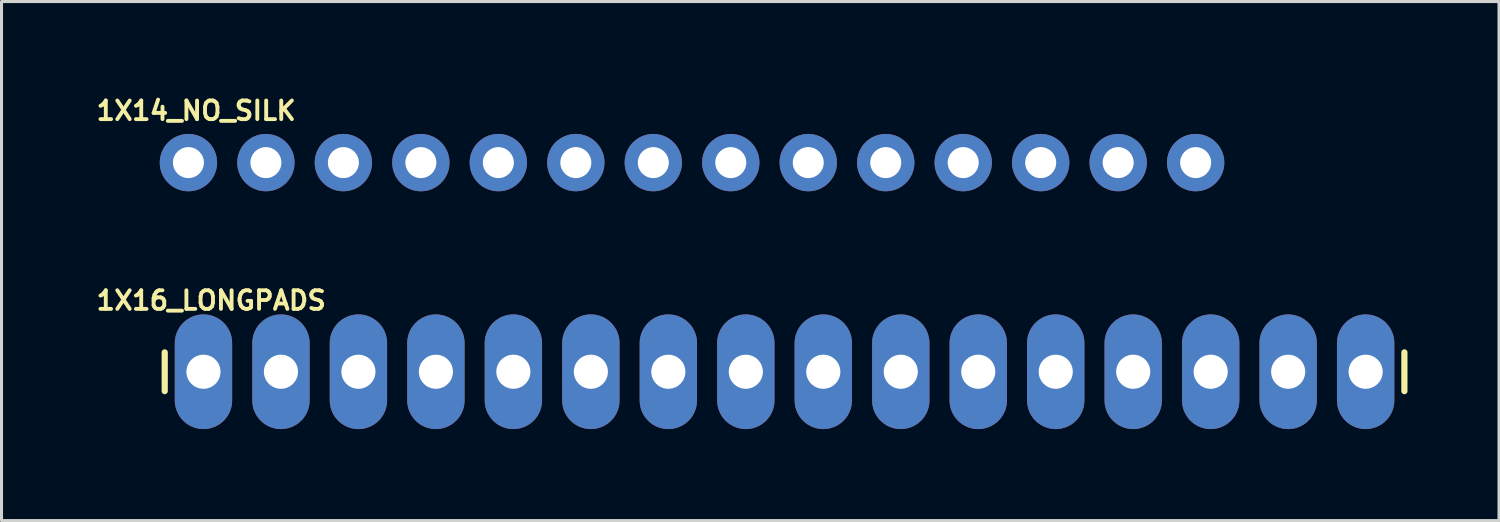
<source format=kicad_pcb>
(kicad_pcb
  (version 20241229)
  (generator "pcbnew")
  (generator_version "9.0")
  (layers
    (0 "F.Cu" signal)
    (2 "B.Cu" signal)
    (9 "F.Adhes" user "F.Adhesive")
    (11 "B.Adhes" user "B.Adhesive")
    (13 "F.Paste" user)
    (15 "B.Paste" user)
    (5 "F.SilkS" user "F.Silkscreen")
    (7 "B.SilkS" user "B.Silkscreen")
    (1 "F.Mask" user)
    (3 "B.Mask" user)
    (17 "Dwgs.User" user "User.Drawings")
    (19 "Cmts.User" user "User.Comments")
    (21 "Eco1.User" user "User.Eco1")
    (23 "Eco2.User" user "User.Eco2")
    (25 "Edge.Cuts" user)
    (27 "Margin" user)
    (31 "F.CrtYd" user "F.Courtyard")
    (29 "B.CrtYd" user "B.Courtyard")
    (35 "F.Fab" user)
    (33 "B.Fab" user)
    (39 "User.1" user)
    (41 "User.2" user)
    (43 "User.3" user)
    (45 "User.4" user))
  (footprint "1X14_NO_SILK"
    (layer "F.Cu")
    (at 3.127 2.281)
    (property "Reference" "1X14_NO_SILK" (at 0.254 -1.702 0) (layer "F.SilkS") (effects (font (size 0.61 0.61) (thickness 0.127))))
    (attr exclude_from_pos_files exclude_from_bom)
    (fp_line (start -0.254 -0.254) (end 0.254 -0.254) (stroke (width 0.066) (type solid)) (layer "Dwgs.User"))
    (fp_line (start -0.254 0.254) (end -0.254 -0.254) (stroke (width 0.066) (type solid)) (layer "Dwgs.User"))
    (fp_line (start -0.254 0.254) (end 0.254 0.254) (stroke (width 0.066) (type solid)) (layer "Dwgs.User"))
    (fp_line (start 0.254 0.254) (end 0.254 -0.254) (stroke (width 0.066) (type solid)) (layer "Dwgs.User"))
    (fp_line (start 2.286 -0.254) (end 2.794 -0.254) (stroke (width 0.066) (type solid)) (layer "Dwgs.User"))
    (fp_line (start 2.286 0.254) (end 2.286 -0.254) (stroke (width 0.066) (type solid)) (layer "Dwgs.User"))
    (fp_line (start 2.286 0.254) (end 2.794 0.254) (stroke (width 0.066) (type solid)) (layer "Dwgs.User"))
    (fp_line (start 2.794 0.254) (end 2.794 -0.254) (stroke (width 0.066) (type solid)) (layer "Dwgs.User"))
    (fp_line (start 4.826 -0.254) (end 5.334 -0.254) (stroke (width 0.066) (type solid)) (layer "Dwgs.User"))
    (fp_line (start 4.826 0.254) (end 4.826 -0.254) (stroke (width 0.066) (type solid)) (layer "Dwgs.User"))
    (fp_line (start 4.826 0.254) (end 5.334 0.254) (stroke (width 0.066) (type solid)) (layer "Dwgs.User"))
    (fp_line (start 5.334 0.254) (end 5.334 -0.254) (stroke (width 0.066) (type solid)) (layer "Dwgs.User"))
    (fp_line (start 7.366 -0.254) (end 7.874 -0.254) (stroke (width 0.066) (type solid)) (layer "Dwgs.User"))
    (fp_line (start 7.366 0.254) (end 7.366 -0.254) (stroke (width 0.066) (type solid)) (layer "Dwgs.User"))
    (fp_line (start 7.366 0.254) (end 7.874 0.254) (stroke (width 0.066) (type solid)) (layer "Dwgs.User"))
    (fp_line (start 7.874 0.254) (end 7.874 -0.254) (stroke (width 0.066) (type solid)) (layer "Dwgs.User"))
    (fp_line (start 9.906 -0.254) (end 10.414 -0.254) (stroke (width 0.066) (type solid)) (layer "Dwgs.User"))
    (fp_line (start 9.906 0.254) (end 9.906 -0.254) (stroke (width 0.066) (type solid)) (layer "Dwgs.User"))
    (fp_line (start 9.906 0.254) (end 10.414 0.254) (stroke (width 0.066) (type solid)) (layer "Dwgs.User"))
    (fp_line (start 10.414 0.254) (end 10.414 -0.254) (stroke (width 0.066) (type solid)) (layer "Dwgs.User"))
    (fp_line (start 12.446 -0.254) (end 12.954 -0.254) (stroke (width 0.066) (type solid)) (layer "Dwgs.User"))
    (fp_line (start 12.446 0.254) (end 12.446 -0.254) (stroke (width 0.066) (type solid)) (layer "Dwgs.User"))
    (fp_line (start 12.446 0.254) (end 12.954 0.254) (stroke (width 0.066) (type solid)) (layer "Dwgs.User"))
    (fp_line (start 12.954 0.254) (end 12.954 -0.254) (stroke (width 0.066) (type solid)) (layer "Dwgs.User"))
    (fp_line (start 14.986 -0.254) (end 15.494 -0.254) (stroke (width 0.066) (type solid)) (layer "Dwgs.User"))
    (fp_line (start 14.986 0.254) (end 14.986 -0.254) (stroke (width 0.066) (type solid)) (layer "Dwgs.User"))
    (fp_line (start 14.986 0.254) (end 15.494 0.254) (stroke (width 0.066) (type solid)) (layer "Dwgs.User"))
    (fp_line (start 15.494 0.254) (end 15.494 -0.254) (stroke (width 0.066) (type solid)) (layer "Dwgs.User"))
    (fp_line (start 17.523 -0.254) (end 18.034 -0.254) (stroke (width 0.066) (type solid)) (layer "Dwgs.User"))
    (fp_line (start 17.523 0.254) (end 17.523 -0.254) (stroke (width 0.066) (type solid)) (layer "Dwgs.User"))
    (fp_line (start 17.523 0.254) (end 18.034 0.254) (stroke (width 0.066) (type solid)) (layer "Dwgs.User"))
    (fp_line (start 18.034 0.254) (end 18.034 -0.254) (stroke (width 0.066) (type solid)) (layer "Dwgs.User"))
    (fp_line (start 20.066 -0.254) (end 20.574 -0.254) (stroke (width 0.066) (type solid)) (layer "Dwgs.User"))
    (fp_line (start 20.066 0.254) (end 20.066 -0.254) (stroke (width 0.066) (type solid)) (layer "Dwgs.User"))
    (fp_line (start 20.066 0.254) (end 20.574 0.254) (stroke (width 0.066) (type solid)) (layer "Dwgs.User"))
    (fp_line (start 20.574 0.254) (end 20.574 -0.254) (stroke (width 0.066) (type solid)) (layer "Dwgs.User"))
    (fp_line (start 22.606 -0.254) (end 23.114 -0.254) (stroke (width 0.066) (type solid)) (layer "Dwgs.User"))
    (fp_line (start 22.606 0.254) (end 22.606 -0.254) (stroke (width 0.066) (type solid)) (layer "Dwgs.User"))
    (fp_line (start 22.606 0.254) (end 23.114 0.254) (stroke (width 0.066) (type solid)) (layer "Dwgs.User"))
    (fp_line (start 23.114 0.254) (end 23.114 -0.254) (stroke (width 0.066) (type solid)) (layer "Dwgs.User"))
    (fp_line (start 25.146 -0.254) (end 25.654 -0.254) (stroke (width 0.066) (type solid)) (layer "Dwgs.User"))
    (fp_line (start 25.146 0.254) (end 25.146 -0.254) (stroke (width 0.066) (type solid)) (layer "Dwgs.User"))
    (fp_line (start 25.146 0.254) (end 25.654 0.254) (stroke (width 0.066) (type solid)) (layer "Dwgs.User"))
    (fp_line (start 25.654 0.254) (end 25.654 -0.254) (stroke (width 0.066) (type solid)) (layer "Dwgs.User"))
    (fp_line (start 27.686 -0.254) (end 28.194 -0.254) (stroke (width 0.066) (type solid)) (layer "Dwgs.User"))
    (fp_line (start 27.686 0.254) (end 27.686 -0.254) (stroke (width 0.066) (type solid)) (layer "Dwgs.User"))
    (fp_line (start 27.686 0.254) (end 28.194 0.254) (stroke (width 0.066) (type solid)) (layer "Dwgs.User"))
    (fp_line (start 28.194 0.254) (end 28.194 -0.254) (stroke (width 0.066) (type solid)) (layer "Dwgs.User"))
    (fp_line (start 30.226 -0.254) (end 30.734 -0.254) (stroke (width 0.066) (type solid)) (layer "Dwgs.User"))
    (fp_line (start 30.226 0.254) (end 30.226 -0.254) (stroke (width 0.066) (type solid)) (layer "Dwgs.User"))
    (fp_line (start 30.226 0.254) (end 30.734 0.254) (stroke (width 0.066) (type solid)) (layer "Dwgs.User"))
    (fp_line (start 30.734 0.254) (end 30.734 -0.254) (stroke (width 0.066) (type solid)) (layer "Dwgs.User"))
    (fp_line (start 32.766 -0.254) (end 33.274 -0.254) (stroke (width 0.066) (type solid)) (layer "Dwgs.User"))
    (fp_line (start 32.766 0.254) (end 32.766 -0.254) (stroke (width 0.066) (type solid)) (layer "Dwgs.User"))
    (fp_line (start 32.766 0.254) (end 33.274 0.254) (stroke (width 0.066) (type solid)) (layer "Dwgs.User"))
    (fp_line (start 33.274 0.254) (end 33.274 -0.254) (stroke (width 0.066) (type solid)) (layer "Dwgs.User"))
    (pad "1" thru_hole circle (at 0 0) (size 1.88 1.88) (drill 1.016) (layers "*.Cu" "*.Paste" "*.Mask"))
    (pad "2" thru_hole circle (at 2.54 0) (size 1.88 1.88) (drill 1.016) (layers "*.Cu" "*.Paste" "*.Mask"))
    (pad "3" thru_hole circle (at 5.08 0) (size 1.88 1.88) (drill 1.016) (layers "*.Cu" "*.Paste" "*.Mask"))
    (pad "4" thru_hole circle (at 7.62 0) (size 1.88 1.88) (drill 1.016) (layers "*.Cu" "*.Paste" "*.Mask"))
    (pad "5" thru_hole circle (at 10.16 0) (size 1.88 1.88) (drill 1.016) (layers "*.Cu" "*.Paste" "*.Mask"))
    (pad "6" thru_hole circle (at 12.7 0) (size 1.88 1.88) (drill 1.016) (layers "*.Cu" "*.Paste" "*.Mask"))
    (pad "7" thru_hole circle (at 15.24 0) (size 1.88 1.88) (drill 1.016) (layers "*.Cu" "*.Paste" "*.Mask"))
    (pad "8" thru_hole circle (at 17.78 0) (size 1.88 1.88) (drill 1.016) (layers "*.Cu" "*.Paste" "*.Mask"))
    (pad "9" thru_hole circle (at 20.32 0) (size 1.88 1.88) (drill 1.016) (layers "*.Cu" "*.Paste" "*.Mask"))
    (pad "10" thru_hole circle (at 22.86 0) (size 1.88 1.88) (drill 1.016) (layers "*.Cu" "*.Paste" "*.Mask"))
    (pad "11" thru_hole circle (at 25.4 0) (size 1.88 1.88) (drill 1.016) (layers "*.Cu" "*.Paste" "*.Mask"))
    (pad "12" thru_hole circle (at 27.94 0) (size 1.88 1.88) (drill 1.016) (layers "*.Cu" "*.Paste" "*.Mask"))
    (pad "13" thru_hole circle (at 30.48 0) (size 1.88 1.88) (drill 1.016) (layers "*.Cu" "*.Paste" "*.Mask"))
    (pad "14" thru_hole circle (at 33.02 0) (size 1.88 1.88) (drill 1.016) (layers "*.Cu" "*.Paste" "*.Mask")))
  (footprint "1X16_LONGPADS"
    (layer "F.Cu")
    (at 3.62 9.137)
    (property "Reference" "1X16_LONGPADS" (at 0.254 -2.337 0) (layer "F.SilkS") (effects (font (size 0.61 0.61) (thickness 0.127))))
    (attr exclude_from_pos_files exclude_from_bom)
    (fp_line (start -1.27 -0.635) (end -1.27 0.635) (stroke (width 0.203) (type solid)) (layer "F.SilkS"))
    (fp_line (start 39.37 -0.635) (end 39.37 0.635) (stroke (width 0.203) (type solid)) (layer "F.SilkS"))
    (fp_line (start -0.254 -0.254) (end 0.254 -0.254) (stroke (width 0.066) (type solid)) (layer "Dwgs.User"))
    (fp_line (start -0.254 0.254) (end -0.254 -0.254) (stroke (width 0.066) (type solid)) (layer "Dwgs.User"))
    (fp_line (start -0.254 0.254) (end 0.254 0.254) (stroke (width 0.066) (type solid)) (layer "Dwgs.User"))
    (fp_line (start 0.254 0.254) (end 0.254 -0.254) (stroke (width 0.066) (type solid)) (layer "Dwgs.User"))
    (fp_line (start 2.286 -0.254) (end 2.794 -0.254) (stroke (width 0.066) (type solid)) (layer "Dwgs.User"))
    (fp_line (start 2.286 0.254) (end 2.286 -0.254) (stroke (width 0.066) (type solid)) (layer "Dwgs.User"))
    (fp_line (start 2.286 0.254) (end 2.794 0.254) (stroke (width 0.066) (type solid)) (layer "Dwgs.User"))
    (fp_line (start 2.794 0.254) (end 2.794 -0.254) (stroke (width 0.066) (type solid)) (layer "Dwgs.User"))
    (fp_line (start 4.826 -0.254) (end 5.334 -0.254) (stroke (width 0.066) (type solid)) (layer "Dwgs.User"))
    (fp_line (start 4.826 0.254) (end 4.826 -0.254) (stroke (width 0.066) (type solid)) (layer "Dwgs.User"))
    (fp_line (start 4.826 0.254) (end 5.334 0.254) (stroke (width 0.066) (type solid)) (layer "Dwgs.User"))
    (fp_line (start 5.334 0.254) (end 5.334 -0.254) (stroke (width 0.066) (type solid)) (layer "Dwgs.User"))
    (fp_line (start 7.366 -0.254) (end 7.874 -0.254) (stroke (width 0.066) (type solid)) (layer "Dwgs.User"))
    (fp_line (start 7.366 0.254) (end 7.366 -0.254) (stroke (width 0.066) (type solid)) (layer "Dwgs.User"))
    (fp_line (start 7.366 0.254) (end 7.874 0.254) (stroke (width 0.066) (type solid)) (layer "Dwgs.User"))
    (fp_line (start 7.874 0.254) (end 7.874 -0.254) (stroke (width 0.066) (type solid)) (layer "Dwgs.User"))
    (fp_line (start 9.906 -0.254) (end 10.414 -0.254) (stroke (width 0.066) (type solid)) (layer "Dwgs.User"))
    (fp_line (start 9.906 0.254) (end 9.906 -0.254) (stroke (width 0.066) (type solid)) (layer "Dwgs.User"))
    (fp_line (start 9.906 0.254) (end 10.414 0.254) (stroke (width 0.066) (type solid)) (layer "Dwgs.User"))
    (fp_line (start 10.414 0.254) (end 10.414 -0.254) (stroke (width 0.066) (type solid)) (layer "Dwgs.User"))
    (fp_line (start 12.446 -0.254) (end 12.954 -0.254) (stroke (width 0.066) (type solid)) (layer "Dwgs.User"))
    (fp_line (start 12.446 0.254) (end 12.446 -0.254) (stroke (width 0.066) (type solid)) (layer "Dwgs.User"))
    (fp_line (start 12.446 0.254) (end 12.954 0.254) (stroke (width 0.066) (type solid)) (layer "Dwgs.User"))
    (fp_line (start 12.954 0.254) (end 12.954 -0.254) (stroke (width 0.066) (type solid)) (layer "Dwgs.User"))
    (fp_line (start 14.986 -0.254) (end 15.494 -0.254) (stroke (width 0.066) (type solid)) (layer "Dwgs.User"))
    (fp_line (start 14.986 0.254) (end 14.986 -0.254) (stroke (width 0.066) (type solid)) (layer "Dwgs.User"))
    (fp_line (start 14.986 0.254) (end 15.494 0.254) (stroke (width 0.066) (type solid)) (layer "Dwgs.User"))
    (fp_line (start 15.494 0.254) (end 15.494 -0.254) (stroke (width 0.066) (type solid)) (layer "Dwgs.User"))
    (fp_line (start 17.523 -0.254) (end 18.034 -0.254) (stroke (width 0.066) (type solid)) (layer "Dwgs.User"))
    (fp_line (start 17.523 0.254) (end 17.523 -0.254) (stroke (width 0.066) (type solid)) (layer "Dwgs.User"))
    (fp_line (start 17.523 0.254) (end 18.034 0.254) (stroke (width 0.066) (type solid)) (layer "Dwgs.User"))
    (fp_line (start 18.034 0.254) (end 18.034 -0.254) (stroke (width 0.066) (type solid)) (layer "Dwgs.User"))
    (fp_line (start 20.066 -0.254) (end 20.574 -0.254) (stroke (width 0.066) (type solid)) (layer "Dwgs.User"))
    (fp_line (start 20.066 0.254) (end 20.066 -0.254) (stroke (width 0.066) (type solid)) (layer "Dwgs.User"))
    (fp_line (start 20.066 0.254) (end 20.574 0.254) (stroke (width 0.066) (type solid)) (layer "Dwgs.User"))
    (fp_line (start 20.574 0.254) (end 20.574 -0.254) (stroke (width 0.066) (type solid)) (layer "Dwgs.User"))
    (fp_line (start 22.606 -0.254) (end 23.114 -0.254) (stroke (width 0.066) (type solid)) (layer "Dwgs.User"))
    (fp_line (start 22.606 0.254) (end 22.606 -0.254) (stroke (width 0.066) (type solid)) (layer "Dwgs.User"))
    (fp_line (start 22.606 0.254) (end 23.114 0.254) (stroke (width 0.066) (type solid)) (layer "Dwgs.User"))
    (fp_line (start 23.114 0.254) (end 23.114 -0.254) (stroke (width 0.066) (type solid)) (layer "Dwgs.User"))
    (fp_line (start 25.146 -0.254) (end 25.654 -0.254) (stroke (width 0.066) (type solid)) (layer "Dwgs.User"))
    (fp_line (start 25.146 0.254) (end 25.146 -0.254) (stroke (width 0.066) (type solid)) (layer "Dwgs.User"))
    (fp_line (start 25.146 0.254) (end 25.654 0.254) (stroke (width 0.066) (type solid)) (layer "Dwgs.User"))
    (fp_line (start 25.654 0.254) (end 25.654 -0.254) (stroke (width 0.066) (type solid)) (layer "Dwgs.User"))
    (fp_line (start 27.686 -0.254) (end 28.194 -0.254) (stroke (width 0.066) (type solid)) (layer "Dwgs.User"))
    (fp_line (start 27.686 0.254) (end 27.686 -0.254) (stroke (width 0.066) (type solid)) (layer "Dwgs.User"))
    (fp_line (start 27.686 0.254) (end 28.194 0.254) (stroke (width 0.066) (type solid)) (layer "Dwgs.User"))
    (fp_line (start 28.194 0.254) (end 28.194 -0.254) (stroke (width 0.066) (type solid)) (layer "Dwgs.User"))
    (fp_line (start 30.226 -0.254) (end 30.734 -0.254) (stroke (width 0.066) (type solid)) (layer "Dwgs.User"))
    (fp_line (start 30.226 0.254) (end 30.226 -0.254) (stroke (width 0.066) (type solid)) (layer "Dwgs.User"))
    (fp_line (start 30.226 0.254) (end 30.734 0.254) (stroke (width 0.066) (type solid)) (layer "Dwgs.User"))
    (fp_line (start 30.734 0.254) (end 30.734 -0.254) (stroke (width 0.066) (type solid)) (layer "Dwgs.User"))
    (fp_line (start 32.766 -0.254) (end 33.274 -0.254) (stroke (width 0.066) (type solid)) (layer "Dwgs.User"))
    (fp_line (start 32.766 0.254) (end 32.766 -0.254) (stroke (width 0.066) (type solid)) (layer "Dwgs.User"))
    (fp_line (start 32.766 0.254) (end 33.274 0.254) (stroke (width 0.066) (type solid)) (layer "Dwgs.User"))
    (fp_line (start 33.274 0.254) (end 33.274 -0.254) (stroke (width 0.066) (type solid)) (layer "Dwgs.User"))
    (fp_line (start 35.303 -0.254) (end 35.814 -0.254) (stroke (width 0.066) (type solid)) (layer "Dwgs.User"))
    (fp_line (start 35.303 0.254) (end 35.303 -0.254) (stroke (width 0.066) (type solid)) (layer "Dwgs.User"))
    (fp_line (start 35.303 0.254) (end 35.814 0.254) (stroke (width 0.066) (type solid)) (layer "Dwgs.User"))
    (fp_line (start 35.814 0.254) (end 35.814 -0.254) (stroke (width 0.066) (type solid)) (layer "Dwgs.User"))
    (fp_line (start 37.846 -0.254) (end 38.354 -0.254) (stroke (width 0.066) (type solid)) (layer "Dwgs.User"))
    (fp_line (start 37.846 0.254) (end 37.846 -0.254) (stroke (width 0.066) (type solid)) (layer "Dwgs.User"))
    (fp_line (start 37.846 0.254) (end 38.354 0.254) (stroke (width 0.066) (type solid)) (layer "Dwgs.User"))
    (fp_line (start 38.354 0.254) (end 38.354 -0.254) (stroke (width 0.066) (type solid)) (layer "Dwgs.User"))
    (pad "1" thru_hole oval (at 0 0 180) (size 1.88 3.759) (drill 1.118) (layers "*.Cu" "*.Paste" "*.Mask"))
    (pad "2" thru_hole oval (at 2.54 0 180) (size 1.88 3.759) (drill 1.118) (layers "*.Cu" "*.Paste" "*.Mask"))
    (pad "3" thru_hole oval (at 5.08 0 180) (size 1.88 3.759) (drill 1.118) (layers "*.Cu" "*.Paste" "*.Mask"))
    (pad "4" thru_hole oval (at 7.62 0 180) (size 1.88 3.759) (drill 1.118) (layers "*.Cu" "*.Paste" "*.Mask"))
    (pad "5" thru_hole oval (at 10.16 0 180) (size 1.88 3.759) (drill 1.118) (layers "*.Cu" "*.Paste" "*.Mask"))
    (pad "6" thru_hole oval (at 12.7 0 180) (size 1.88 3.759) (drill 1.118) (layers "*.Cu" "*.Paste" "*.Mask"))
    (pad "7" thru_hole oval (at 15.24 0 180) (size 1.88 3.759) (drill 1.118) (layers "*.Cu" "*.Paste" "*.Mask"))
    (pad "8" thru_hole oval (at 17.78 0 180) (size 1.88 3.759) (drill 1.118) (layers "*.Cu" "*.Paste" "*.Mask"))
    (pad "9" thru_hole oval (at 20.32 0 180) (size 1.88 3.759) (drill 1.118) (layers "*.Cu" "*.Paste" "*.Mask"))
    (pad "10" thru_hole oval (at 22.86 0 180) (size 1.88 3.759) (drill 1.118) (layers "*.Cu" "*.Paste" "*.Mask"))
    (pad "11" thru_hole oval (at 25.4 0 180) (size 1.88 3.759) (drill 1.118) (layers "*.Cu" "*.Paste" "*.Mask"))
    (pad "12" thru_hole oval (at 27.94 0 180) (size 1.88 3.759) (drill 1.118) (layers "*.Cu" "*.Paste" "*.Mask"))
    (pad "13" thru_hole oval (at 30.48 0 180) (size 1.88 3.759) (drill 1.118) (layers "*.Cu" "*.Paste" "*.Mask"))
    (pad "14" thru_hole oval (at 33.02 0 180) (size 1.88 3.759) (drill 1.118) (layers "*.Cu" "*.Paste" "*.Mask"))
    (pad "15" thru_hole oval (at 35.56 0 180) (size 1.88 3.759) (drill 1.118) (layers "*.Cu" "*.Paste" "*.Mask"))
    (pad "16" thru_hole oval (at 38.1 0 180) (size 1.88 3.759) (drill 1.118) (layers "*.Cu" "*.Paste" "*.Mask")))
  (gr_rect
    (start -3 -3)
    (end 46.092 14.017)
    (stroke (width 0.1) (type default))
    (fill no)
    (layer "Edge.Cuts")))
</source>
